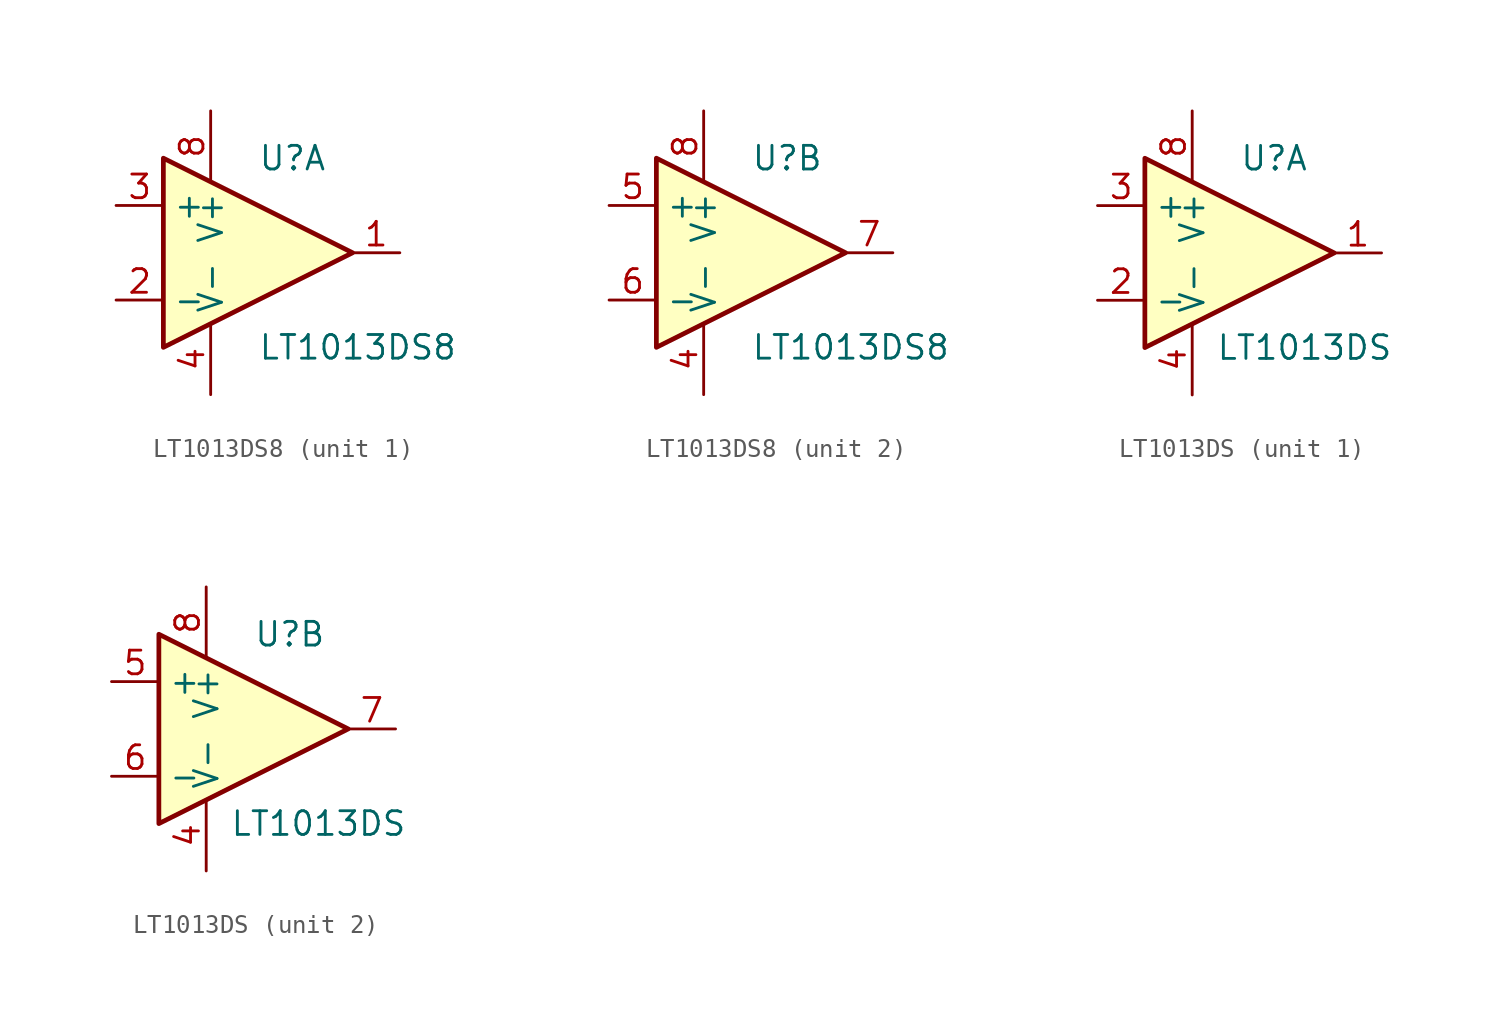
<source format=kicad_sym>
(kicad_symbol_lib
  (version 20211014)
  (generator kicad_symbol_editor)
  (symbol "LT1013DS8"
    (property "Reference" "U"
      (at 0 5.08 0)
      (effects (font (size 1.27 1.27)) (justify left)))
    (property "Value" "LT1013DS8"
      (at 0 -5.08 0)
      (effects (font (size 1.27 1.27)) (justify left)))
    (symbol "LT1013DS8_0_1"
      (polyline (pts (xy -5.08 5.08) (xy 5.08 0) (xy -5.08 -5.08) (xy -5.08 5.08)) (stroke (width 0.254) (type default) (color 0 0 0 0)) (fill (type background)))
      (pin power_in line (at -2.54 -7.62 90) (length 3.81) (name "V-" (effects (font (size 1.27 1.27)))) (number "4" (effects (font (size 1.27 1.27)))))
      (pin power_in line (at -2.54 7.62 270) (length 3.81) (name "V+" (effects (font (size 1.27 1.27)))) (number "8" (effects (font (size 1.27 1.27))))))
    (symbol "LT1013DS8_1_1"
      (pin output line (at 7.62 0 180) (length 2.54) (name "~" (effects (font (size 1.27 1.27)))) (number "1" (effects (font (size 1.27 1.27)))))
      (pin input line (at -7.62 -2.54 0) (length 2.54) (name "-" (effects (font (size 1.27 1.27)))) (number "2" (effects (font (size 1.27 1.27)))))
      (pin input line (at -7.62 2.54 0) (length 2.54) (name "+" (effects (font (size 1.27 1.27)))) (number "3" (effects (font (size 1.27 1.27))))))
    (symbol "LT1013DS8_2_1"
      (pin input line (at -7.62 2.54 0) (length 2.54) (name "+" (effects (font (size 1.27 1.27)))) (number "5" (effects (font (size 1.27 1.27)))))
      (pin input line (at -7.62 -2.54 0) (length 2.54) (name "-" (effects (font (size 1.27 1.27)))) (number "6" (effects (font (size 1.27 1.27)))))
      (pin output line (at 7.62 0 180) (length 2.54) (name "~" (effects (font (size 1.27 1.27)))) (number "7" (effects (font (size 1.27 1.27)))))))
  (symbol "LT1013DS"
    (property "Reference" "U"
      (at 0 5.08 0)
      (effects (font (size 1.27 1.27)) (justify left)))
    (property "Value" "LT1013DS"
      (at -1.27 -5.08 0)
      (effects (font (size 1.27 1.27)) (justify left)))
    (symbol "LT1013DS_0_1"
      (polyline (pts (xy -5.08 5.08) (xy 5.08 0) (xy -5.08 -5.08) (xy -5.08 5.08)) (stroke (width 0.254) (type default) (color 0 0 0 0)) (fill (type background)))
      (pin power_in line (at -2.54 -7.62 90) (length 3.81) (name "V-" (effects (font (size 1.27 1.27)))) (number "4" (effects (font (size 1.27 1.27)))))
      (pin power_in line (at -2.54 7.62 270) (length 3.81) (name "V+" (effects (font (size 1.27 1.27)))) (number "8" (effects (font (size 1.27 1.27))))))
    (symbol "LT1013DS_1_1"
      (pin output line (at 7.62 0 180) (length 2.54) (name "~" (effects (font (size 1.27 1.27)))) (number "1" (effects (font (size 1.27 1.27)))))
      (pin input line (at -7.62 -2.54 0) (length 2.54) (name "-" (effects (font (size 1.27 1.27)))) (number "2" (effects (font (size 1.27 1.27)))))
      (pin input line (at -7.62 2.54 0) (length 2.54) (name "+" (effects (font (size 1.27 1.27)))) (number "3" (effects (font (size 1.27 1.27))))))
    (symbol "LT1013DS_2_1"
      (pin input line (at -7.62 2.54 0) (length 2.54) (name "+" (effects (font (size 1.27 1.27)))) (number "5" (effects (font (size 1.27 1.27)))))
      (pin input line (at -7.62 -2.54 0) (length 2.54) (name "-" (effects (font (size 1.27 1.27)))) (number "6" (effects (font (size 1.27 1.27)))))
      (pin output line (at 7.62 0 180) (length 2.54) (name "~" (effects (font (size 1.27 1.27)))) (number "7" (effects (font (size 1.27 1.27))))))))
</source>
